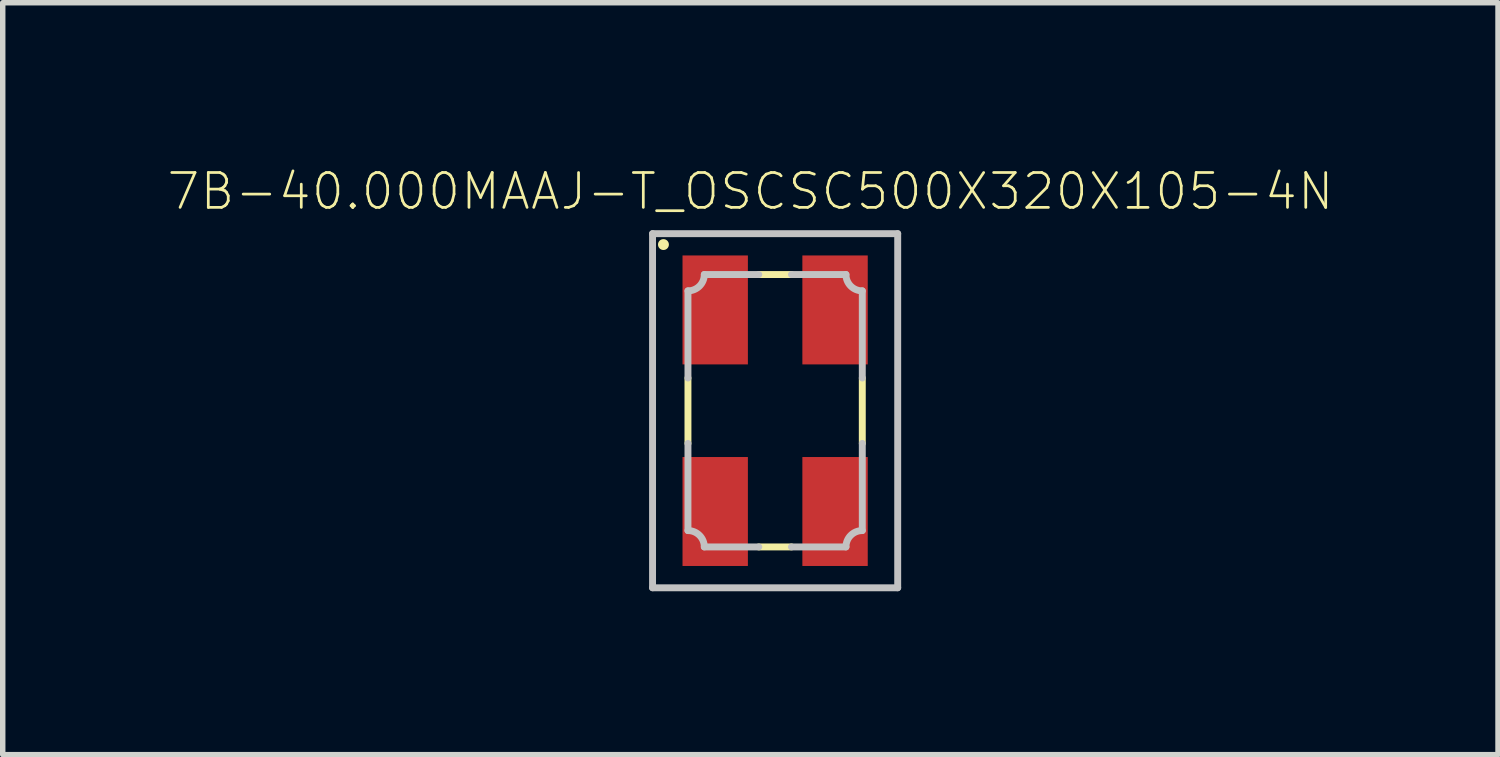
<source format=kicad_pcb>
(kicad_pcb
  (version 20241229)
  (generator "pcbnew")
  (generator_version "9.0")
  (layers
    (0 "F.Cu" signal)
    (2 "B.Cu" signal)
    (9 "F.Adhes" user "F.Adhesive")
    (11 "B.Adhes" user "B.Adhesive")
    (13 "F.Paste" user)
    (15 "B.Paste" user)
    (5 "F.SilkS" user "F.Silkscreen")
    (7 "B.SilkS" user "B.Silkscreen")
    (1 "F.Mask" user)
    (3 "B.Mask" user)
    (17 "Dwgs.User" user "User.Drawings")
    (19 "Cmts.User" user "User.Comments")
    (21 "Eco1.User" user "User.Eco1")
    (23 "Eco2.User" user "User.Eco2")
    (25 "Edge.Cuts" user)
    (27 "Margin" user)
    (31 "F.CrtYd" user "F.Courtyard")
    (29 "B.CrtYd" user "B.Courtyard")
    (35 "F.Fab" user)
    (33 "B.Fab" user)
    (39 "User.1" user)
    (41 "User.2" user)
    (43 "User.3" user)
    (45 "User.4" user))
  (footprint "7B-40.000MAAJ-T_OSCSC500X320X105-4N"
    (layer "F.Cu")
    (at 11.178 4.489)
    (property "Reference" "7B-40.000MAAJ-T_OSCSC500X320X105-4N" (at -0.454 -4.026 0) (layer "F.SilkS") (effects (font (size 0.64 0.64) (thickness 0.05))))
    (attr smd)
    (fp_line (start -1.6 -0.6) (end -1.6 0.6) (stroke (width 0.127) (type solid)) (layer "F.SilkS"))
    (fp_line (start 0.3 -2.5) (end -0.3 -2.5) (stroke (width 0.127) (type solid)) (layer "F.SilkS"))
    (fp_line (start 0.3 2.5) (end -0.3 2.5) (stroke (width 0.127) (type solid)) (layer "F.SilkS"))
    (fp_line (start 1.6 -0.6) (end 1.6 0.6) (stroke (width 0.127) (type solid)) (layer "F.SilkS"))
    (fp_circle (center -2.05 -3.05) (end -1.95 -3.05) (stroke (width 0) (type solid)) (fill yes) (layer "F.SilkS"))
    (fp_line (start -2.25 -3.25) (end -2.25 3.25) (stroke (width 0.127) (type solid)) (layer "Dwgs.User"))
    (fp_line (start -2.25 3.25) (end 2.25 3.25) (stroke (width 0.127) (type solid)) (layer "Dwgs.User"))
    (fp_line (start -1.6 -2.2) (end -1.6 -0.6) (stroke (width 0.127) (type solid)) (layer "Dwgs.User"))
    (fp_line (start -1.6 0.6) (end -1.6 2.2) (stroke (width 0.127) (type solid)) (layer "Dwgs.User"))
    (fp_line (start -1.3 2.5) (end -0.3 2.5) (stroke (width 0.127) (type solid)) (layer "Dwgs.User"))
    (fp_line (start -0.3 -2.5) (end -1.3 -2.5) (stroke (width 0.127) (type solid)) (layer "Dwgs.User"))
    (fp_line (start 0.3 -2.5) (end 1.3 -2.5) (stroke (width 0.127) (type solid)) (layer "Dwgs.User"))
    (fp_line (start 1.3 2.5) (end 0.3 2.5) (stroke (width 0.127) (type solid)) (layer "Dwgs.User"))
    (fp_line (start 1.6 -2.2) (end 1.6 -0.6) (stroke (width 0.127) (type solid)) (layer "Dwgs.User"))
    (fp_line (start 1.6 0.6) (end 1.6 2.2) (stroke (width 0.127) (type solid)) (layer "Dwgs.User"))
    (fp_line (start 2.25 -3.25) (end -2.25 -3.25) (stroke (width 0.127) (type solid)) (layer "Dwgs.User"))
    (fp_line (start 2.25 3.25) (end 2.25 -3.25) (stroke (width 0.127) (type solid)) (layer "Dwgs.User"))
    (fp_arc (start -1.6 2.2) (mid -1.387868 2.287868) (end -1.3 2.5) (stroke (width 0.127) (type solid)) (layer "Dwgs.User"))
    (fp_arc (start -1.3 -2.5) (mid -1.387868 -2.287868) (end -1.6 -2.2) (stroke (width 0.127) (type solid)) (layer "Dwgs.User"))
    (fp_arc (start 1.3 2.5) (mid 1.387868 2.287868) (end 1.6 2.2) (stroke (width 0.127) (type solid)) (layer "Dwgs.User"))
    (fp_arc (start 1.6 -2.2) (mid 1.387868 -2.287868) (end 1.3 -2.5) (stroke (width 0.127) (type solid)) (layer "Dwgs.User"))
    (pad "1" smd rect (at -1.1 -1.85 270) (size 2 1.2) (layers "F.Cu" "F.Mask" "F.Paste"))
    (pad "2" smd rect (at -1.1 1.85 270) (size 2 1.2) (layers "F.Cu" "F.Mask" "F.Paste"))
    (pad "3" smd rect (at 1.1 1.85 270) (size 2 1.2) (layers "F.Cu" "F.Mask" "F.Paste"))
    (pad "4" smd rect (at 1.1 -1.85 270) (size 2 1.2) (layers "F.Cu" "F.Mask" "F.Paste")))
  (gr_rect
    (start -3 -3)
    (end 24.447 10.802)
    (stroke (width 0.1) (type default))
    (fill no)
    (layer "Edge.Cuts")))
</source>
